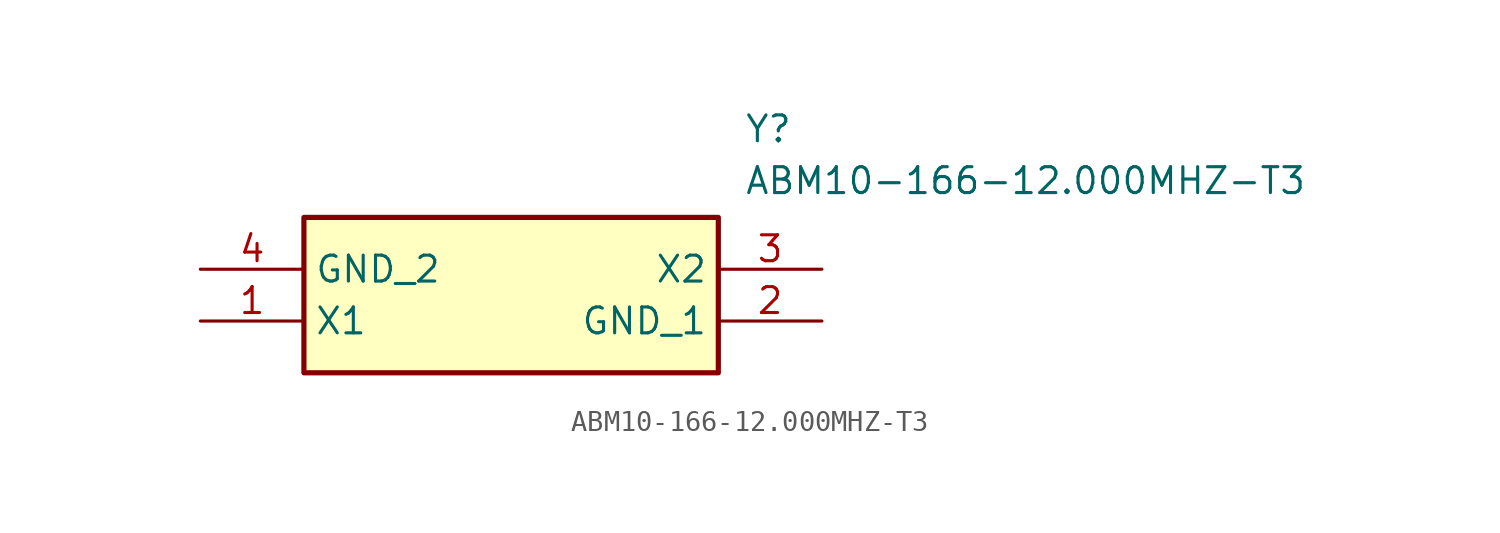
<source format=kicad_sym>
(kicad_symbol_lib
  (version 20211014)
  (generator SamacSys_ECAD_Model)
  (symbol "ABM10-166-12.000MHZ-T3"
    (property "Reference" "Y"
      (at 26.67 7.62 0)
      (effects (font (size 1.27 1.27)) (justify left top)))
    (property "Value" "ABM10-166-12.000MHZ-T3"
      (at 26.67 5.08 0)
      (effects (font (size 1.27 1.27)) (justify left top)))
    (rectangle
      (start 5.08 2.54)
      (end 25.4 -5.08)
      (stroke (width 0.254) (type default))
      (fill (type background)))
    (pin passive line
      (at 0 -2.54 0)
      (length 5.08)
      (name "X1" (effects (font (size 1.27 1.27))))
      (number "1" (effects (font (size 1.27 1.27)))))
    (pin passive line
      (at 30.48 -2.54 180)
      (length 5.08)
      (name "GND_1" (effects (font (size 1.27 1.27))))
      (number "2" (effects (font (size 1.27 1.27)))))
    (pin passive line
      (at 30.48 0 180)
      (length 5.08)
      (name "X2" (effects (font (size 1.27 1.27))))
      (number "3" (effects (font (size 1.27 1.27)))))
    (pin passive line
      (at 0 0 0)
      (length 5.08)
      (name "GND_2" (effects (font (size 1.27 1.27))))
      (number "4" (effects (font (size 1.27 1.27)))))))
</source>
